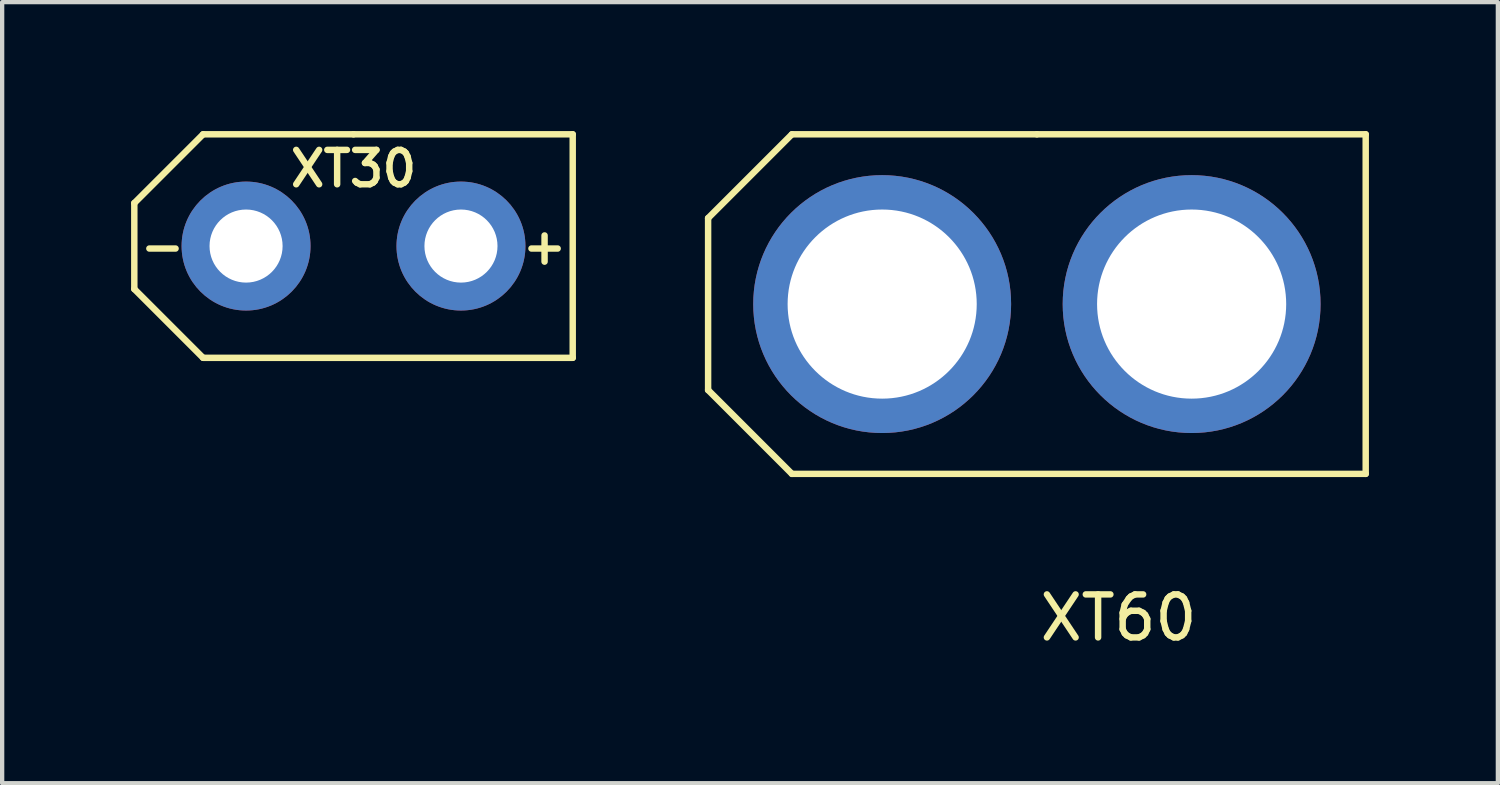
<source format=kicad_pcb>
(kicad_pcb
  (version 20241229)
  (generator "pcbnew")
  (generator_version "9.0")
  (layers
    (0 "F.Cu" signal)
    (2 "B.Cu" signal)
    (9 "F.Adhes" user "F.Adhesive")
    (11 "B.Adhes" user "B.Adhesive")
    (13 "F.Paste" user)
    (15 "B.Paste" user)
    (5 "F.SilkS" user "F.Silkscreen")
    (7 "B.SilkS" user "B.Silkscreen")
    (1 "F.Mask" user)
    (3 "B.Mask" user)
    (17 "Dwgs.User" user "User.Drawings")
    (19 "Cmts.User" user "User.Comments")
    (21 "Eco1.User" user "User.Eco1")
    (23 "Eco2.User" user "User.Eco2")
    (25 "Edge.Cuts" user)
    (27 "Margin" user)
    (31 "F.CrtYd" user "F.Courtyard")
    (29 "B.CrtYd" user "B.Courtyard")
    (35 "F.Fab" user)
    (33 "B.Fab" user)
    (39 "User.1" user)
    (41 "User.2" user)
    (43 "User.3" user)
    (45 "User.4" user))
  (footprint "XT60"
    (layer "F.Cu")
    (at 21.075 4.025)
    (property "Reference" "XT60" (at 1.9 7.3 0) (layer "F.SilkS") (effects (font (size 1 1) (thickness 0.15))))
    (attr through_hole)
    (fp_line (start -7.65 -2) (end -7.65 2) (stroke (width 0.15) (type solid)) (layer "F.SilkS"))
    (fp_line (start -7.65 -2) (end -5.7 -3.95) (stroke (width 0.15) (type solid)) (layer "F.SilkS"))
    (fp_line (start -7.65 2) (end -5.7 3.95) (stroke (width 0.15) (type solid)) (layer "F.SilkS"))
    (fp_line (start -5.7 -3.95) (end 0 -3.95) (stroke (width 0.15) (type solid)) (layer "F.SilkS"))
    (fp_line (start -5.7 3.95) (end 7.65 3.95) (stroke (width 0.15) (type solid)) (layer "F.SilkS"))
    (fp_line (start 0 -3.95) (end 7.65 -3.95) (stroke (width 0.15) (type solid)) (layer "F.SilkS"))
    (fp_line (start 7.65 -3.95) (end 7.65 3.95) (stroke (width 0.15) (type solid)) (layer "F.SilkS"))
    (pad "1" thru_hole circle (at -3.6 0) (size 6 6) (drill 4.4) (layers "*.Cu" "*.Mask"))
    (pad "2" thru_hole circle (at 3.6 0) (size 6 6) (drill 4.4) (layers "*.Cu" "*.Mask")))
  (footprint "XT30"
    (layer "F.Cu")
    (at 5.175 2.675)
    (property "Reference" "XT30" (at 0 -1.8 0) (layer "F.SilkS") (effects (font (size 0.8 0.8) (thickness 0.15))))
    (attr through_hole)
    (fp_line (start -5.1 -1) (end -5.1 1) (stroke (width 0.15) (type solid)) (layer "F.SilkS"))
    (fp_line (start -5.1 -1) (end -3.5 -2.6) (stroke (width 0.15) (type solid)) (layer "F.SilkS"))
    (fp_line (start -5.1 1) (end -3.5 2.6) (stroke (width 0.15) (type solid)) (layer "F.SilkS"))
    (fp_line (start -3.5 -2.6) (end 0 -2.6) (stroke (width 0.15) (type solid)) (layer "F.SilkS"))
    (fp_line (start 0 -2.6) (end 5.1 -2.6) (stroke (width 0.15) (type solid)) (layer "F.SilkS"))
    (fp_line (start 5.1 -2.6) (end 5.1 2.6) (stroke (width 0.15) (type solid)) (layer "F.SilkS"))
    (fp_line (start 5.1 2.6) (end -3.5 2.6) (stroke (width 0.15) (type solid)) (layer "F.SilkS"))
    (fp_text user "+" (at 4.445 0 0) (layer "F.SilkS") (effects (font (size 0.8 0.8) (thickness 0.15))))
    (fp_text user "-" (at -4.445 0 0) (layer "F.SilkS") (effects (font (size 0.8 0.8) (thickness 0.15))))
    (pad "1" thru_hole circle (at 2.5 0) (size 3 3) (drill 1.7) (layers "*.Cu" "*.Mask"))
    (pad "2" thru_hole circle (at -2.5 0) (size 3 3) (drill 1.7) (layers "*.Cu" "*.Mask")))
  (gr_rect
    (start -3 -3)
    (end 31.8 15.173)
    (stroke (width 0.1) (type default))
    (fill no)
    (layer "Edge.Cuts")))
</source>
